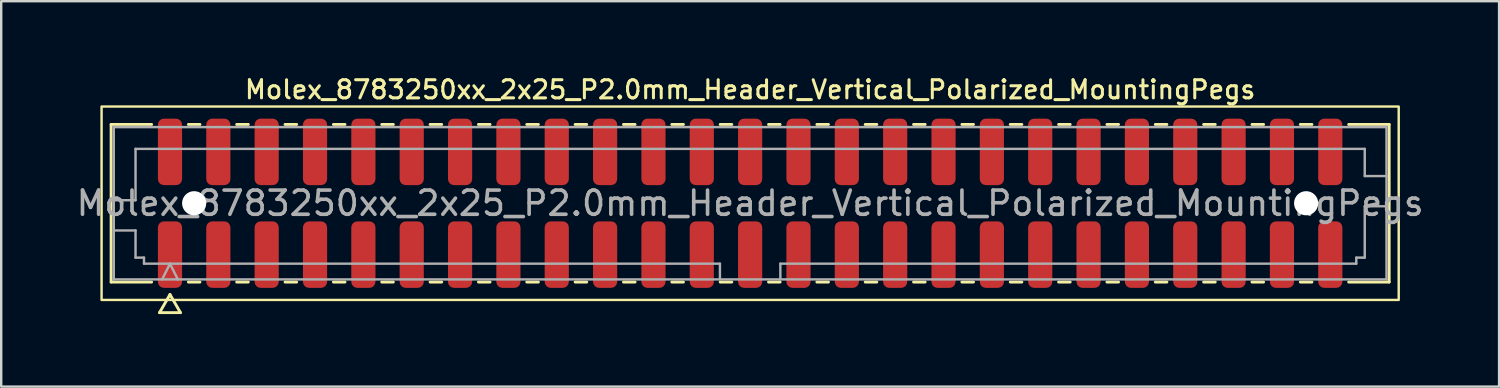
<source format=kicad_pcb>
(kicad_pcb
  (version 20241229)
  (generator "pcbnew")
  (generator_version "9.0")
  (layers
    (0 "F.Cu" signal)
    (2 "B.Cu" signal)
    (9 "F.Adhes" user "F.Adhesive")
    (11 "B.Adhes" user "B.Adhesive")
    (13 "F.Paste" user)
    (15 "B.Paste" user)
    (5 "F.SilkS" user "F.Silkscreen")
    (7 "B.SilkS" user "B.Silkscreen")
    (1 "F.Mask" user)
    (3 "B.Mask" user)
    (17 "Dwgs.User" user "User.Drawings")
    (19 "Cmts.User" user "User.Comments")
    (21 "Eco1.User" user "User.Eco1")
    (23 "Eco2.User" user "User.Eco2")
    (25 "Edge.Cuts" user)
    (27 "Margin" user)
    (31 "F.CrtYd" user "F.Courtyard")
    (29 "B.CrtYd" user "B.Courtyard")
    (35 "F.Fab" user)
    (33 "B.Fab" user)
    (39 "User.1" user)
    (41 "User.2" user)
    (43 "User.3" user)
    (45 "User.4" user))
  (footprint "Molex_8783250xx_2x25_P2.0mm_Header_Vertical_Polarized_MountingPegs"
    (layer "F.Cu")
    (at 27.982 5.358)
    (property "Reference" "Molex_8783250xx_2x25_P2.0mm_Header_Vertical_Polarized_MountingPegs" (at 0 -4.7 0) (layer "F.SilkS") (effects (font (size 0.75 0.75) (thickness 0.125))))
    (attr smd)
    (fp_line (start -26.435 -3.26) (end -24.76 -3.26) (stroke (width 0.12) (type solid)) (layer "F.SilkS"))
    (fp_line (start -26.435 3.26) (end -26.435 -3.26) (stroke (width 0.12) (type solid)) (layer "F.SilkS"))
    (fp_line (start -24.76 3.26) (end -26.435 3.26) (stroke (width 0.12) (type solid)) (layer "F.SilkS"))
    (fp_line (start -24.433 4.525) (end -24 3.775) (stroke (width 0.12) (type solid)) (layer "F.SilkS"))
    (fp_line (start -24 3.775) (end -23.567 4.525) (stroke (width 0.12) (type solid)) (layer "F.SilkS"))
    (fp_line (start -23.567 4.525) (end -24.433 4.525) (stroke (width 0.12) (type solid)) (layer "F.SilkS"))
    (fp_line (start -23.24 -3.26) (end -22.76 -3.26) (stroke (width 0.12) (type solid)) (layer "F.SilkS"))
    (fp_line (start -22.76 3.26) (end -23.24 3.26) (stroke (width 0.12) (type solid)) (layer "F.SilkS"))
    (fp_line (start -21.24 -3.26) (end -20.76 -3.26) (stroke (width 0.12) (type solid)) (layer "F.SilkS"))
    (fp_line (start -20.76 3.26) (end -21.24 3.26) (stroke (width 0.12) (type solid)) (layer "F.SilkS"))
    (fp_line (start -19.24 -3.26) (end -18.76 -3.26) (stroke (width 0.12) (type solid)) (layer "F.SilkS"))
    (fp_line (start -18.76 3.26) (end -19.24 3.26) (stroke (width 0.12) (type solid)) (layer "F.SilkS"))
    (fp_line (start -17.24 -3.26) (end -16.76 -3.26) (stroke (width 0.12) (type solid)) (layer "F.SilkS"))
    (fp_line (start -16.76 3.26) (end -17.24 3.26) (stroke (width 0.12) (type solid)) (layer "F.SilkS"))
    (fp_line (start -15.24 -3.26) (end -14.76 -3.26) (stroke (width 0.12) (type solid)) (layer "F.SilkS"))
    (fp_line (start -14.76 3.26) (end -15.24 3.26) (stroke (width 0.12) (type solid)) (layer "F.SilkS"))
    (fp_line (start -13.24 -3.26) (end -12.76 -3.26) (stroke (width 0.12) (type solid)) (layer "F.SilkS"))
    (fp_line (start -12.76 3.26) (end -13.24 3.26) (stroke (width 0.12) (type solid)) (layer "F.SilkS"))
    (fp_line (start -11.24 -3.26) (end -10.76 -3.26) (stroke (width 0.12) (type solid)) (layer "F.SilkS"))
    (fp_line (start -10.76 3.26) (end -11.24 3.26) (stroke (width 0.12) (type solid)) (layer "F.SilkS"))
    (fp_line (start -9.24 -3.26) (end -8.76 -3.26) (stroke (width 0.12) (type solid)) (layer "F.SilkS"))
    (fp_line (start -8.76 3.26) (end -9.24 3.26) (stroke (width 0.12) (type solid)) (layer "F.SilkS"))
    (fp_line (start -7.24 -3.26) (end -6.76 -3.26) (stroke (width 0.12) (type solid)) (layer "F.SilkS"))
    (fp_line (start -6.76 3.26) (end -7.24 3.26) (stroke (width 0.12) (type solid)) (layer "F.SilkS"))
    (fp_line (start -5.24 -3.26) (end -4.76 -3.26) (stroke (width 0.12) (type solid)) (layer "F.SilkS"))
    (fp_line (start -4.76 3.26) (end -5.24 3.26) (stroke (width 0.12) (type solid)) (layer "F.SilkS"))
    (fp_line (start -3.24 -3.26) (end -2.76 -3.26) (stroke (width 0.12) (type solid)) (layer "F.SilkS"))
    (fp_line (start -2.76 3.26) (end -3.24 3.26) (stroke (width 0.12) (type solid)) (layer "F.SilkS"))
    (fp_line (start -1.24 -3.26) (end -0.76 -3.26) (stroke (width 0.12) (type solid)) (layer "F.SilkS"))
    (fp_line (start -0.76 3.26) (end -1.24 3.26) (stroke (width 0.12) (type solid)) (layer "F.SilkS"))
    (fp_line (start 0.76 -3.26) (end 1.24 -3.26) (stroke (width 0.12) (type solid)) (layer "F.SilkS"))
    (fp_line (start 1.24 3.26) (end 0.76 3.26) (stroke (width 0.12) (type solid)) (layer "F.SilkS"))
    (fp_line (start 2.76 -3.26) (end 3.24 -3.26) (stroke (width 0.12) (type solid)) (layer "F.SilkS"))
    (fp_line (start 3.24 3.26) (end 2.76 3.26) (stroke (width 0.12) (type solid)) (layer "F.SilkS"))
    (fp_line (start 4.76 -3.26) (end 5.24 -3.26) (stroke (width 0.12) (type solid)) (layer "F.SilkS"))
    (fp_line (start 5.24 3.26) (end 4.76 3.26) (stroke (width 0.12) (type solid)) (layer "F.SilkS"))
    (fp_line (start 6.76 -3.26) (end 7.24 -3.26) (stroke (width 0.12) (type solid)) (layer "F.SilkS"))
    (fp_line (start 7.24 3.26) (end 6.76 3.26) (stroke (width 0.12) (type solid)) (layer "F.SilkS"))
    (fp_line (start 8.76 -3.26) (end 9.24 -3.26) (stroke (width 0.12) (type solid)) (layer "F.SilkS"))
    (fp_line (start 9.24 3.26) (end 8.76 3.26) (stroke (width 0.12) (type solid)) (layer "F.SilkS"))
    (fp_line (start 10.76 -3.26) (end 11.24 -3.26) (stroke (width 0.12) (type solid)) (layer "F.SilkS"))
    (fp_line (start 11.24 3.26) (end 10.76 3.26) (stroke (width 0.12) (type solid)) (layer "F.SilkS"))
    (fp_line (start 12.76 -3.26) (end 13.24 -3.26) (stroke (width 0.12) (type solid)) (layer "F.SilkS"))
    (fp_line (start 13.24 3.26) (end 12.76 3.26) (stroke (width 0.12) (type solid)) (layer "F.SilkS"))
    (fp_line (start 14.76 -3.26) (end 15.24 -3.26) (stroke (width 0.12) (type solid)) (layer "F.SilkS"))
    (fp_line (start 15.24 3.26) (end 14.76 3.26) (stroke (width 0.12) (type solid)) (layer "F.SilkS"))
    (fp_line (start 16.76 -3.26) (end 17.24 -3.26) (stroke (width 0.12) (type solid)) (layer "F.SilkS"))
    (fp_line (start 17.24 3.26) (end 16.76 3.26) (stroke (width 0.12) (type solid)) (layer "F.SilkS"))
    (fp_line (start 18.76 -3.26) (end 19.24 -3.26) (stroke (width 0.12) (type solid)) (layer "F.SilkS"))
    (fp_line (start 19.24 3.26) (end 18.76 3.26) (stroke (width 0.12) (type solid)) (layer "F.SilkS"))
    (fp_line (start 20.76 -3.26) (end 21.24 -3.26) (stroke (width 0.12) (type solid)) (layer "F.SilkS"))
    (fp_line (start 21.24 3.26) (end 20.76 3.26) (stroke (width 0.12) (type solid)) (layer "F.SilkS"))
    (fp_line (start 22.76 -3.26) (end 23.24 -3.26) (stroke (width 0.12) (type solid)) (layer "F.SilkS"))
    (fp_line (start 23.24 3.26) (end 22.76 3.26) (stroke (width 0.12) (type solid)) (layer "F.SilkS"))
    (fp_line (start 24.76 -3.26) (end 26.435 -3.26) (stroke (width 0.12) (type solid)) (layer "F.SilkS"))
    (fp_line (start 26.435 -3.26) (end 26.435 3.26) (stroke (width 0.12) (type solid)) (layer "F.SilkS"))
    (fp_line (start 26.435 3.26) (end 24.76 3.26) (stroke (width 0.12) (type solid)) (layer "F.SilkS"))
    (fp_rect (start -26.83 -4) (end 26.83 4) (stroke (width 0.1) (type solid)) (fill no) (layer "F.SilkS"))
    (fp_line (start -26.325 -3.15) (end 26.325 -3.15) (stroke (width 0.1) (type solid)) (layer "F.Fab"))
    (fp_line (start -26.325 -0.125) (end -25.425 -0.125) (stroke (width 0.1) (type solid)) (layer "F.Fab"))
    (fp_line (start -26.325 1.125) (end -25.425 1.125) (stroke (width 0.1) (type solid)) (layer "F.Fab"))
    (fp_line (start -26.325 3.15) (end -26.325 -3.15) (stroke (width 0.1) (type solid)) (layer "F.Fab"))
    (fp_line (start -25.425 -2.25) (end 25.425 -2.25) (stroke (width 0.1) (type solid)) (layer "F.Fab"))
    (fp_line (start -25.425 -0.125) (end -25.425 -2.25) (stroke (width 0.1) (type solid)) (layer "F.Fab"))
    (fp_line (start -25.425 1.125) (end -25.425 2.25) (stroke (width 0.1) (type solid)) (layer "F.Fab"))
    (fp_line (start -25.425 2.25) (end -25.075 2.25) (stroke (width 0.1) (type solid)) (layer "F.Fab"))
    (fp_line (start -25.075 2.25) (end -25.075 2.5) (stroke (width 0.1) (type solid)) (layer "F.Fab"))
    (fp_line (start -25.075 2.5) (end -1.25 2.5) (stroke (width 0.1) (type solid)) (layer "F.Fab"))
    (fp_line (start -24.325 3.15) (end -24 2.5) (stroke (width 0.1) (type solid)) (layer "F.Fab"))
    (fp_line (start -24 2.5) (end -23.675 3.15) (stroke (width 0.1) (type solid)) (layer "F.Fab"))
    (fp_line (start -1.25 2.5) (end -1.25 3.15) (stroke (width 0.1) (type solid)) (layer "F.Fab"))
    (fp_line (start 1.25 2.5) (end 1.25 3.15) (stroke (width 0.1) (type solid)) (layer "F.Fab"))
    (fp_line (start 1.25 2.5) (end 25.075 2.5) (stroke (width 0.1) (type solid)) (layer "F.Fab"))
    (fp_line (start 25.075 2.25) (end 25.425 2.25) (stroke (width 0.1) (type solid)) (layer "F.Fab"))
    (fp_line (start 25.075 2.5) (end 25.075 2.25) (stroke (width 0.1) (type solid)) (layer "F.Fab"))
    (fp_line (start 25.425 -2.25) (end 25.425 -1.125) (stroke (width 0.1) (type solid)) (layer "F.Fab"))
    (fp_line (start 25.425 -1.125) (end 26.325 -1.125) (stroke (width 0.1) (type solid)) (layer "F.Fab"))
    (fp_line (start 25.425 0.125) (end 26.325 0.125) (stroke (width 0.1) (type solid)) (layer "F.Fab"))
    (fp_line (start 25.425 2.25) (end 25.425 0.125) (stroke (width 0.1) (type solid)) (layer "F.Fab"))
    (fp_line (start 26.325 -3.15) (end 26.325 3.15) (stroke (width 0.1) (type solid)) (layer "F.Fab"))
    (fp_line (start 26.325 3.15) (end -26.325 3.15) (stroke (width 0.1) (type solid)) (layer "F.Fab"))
    (fp_text user "${REFERENCE}" (at 0 0 0) (layer "F.Fab") (effects (font (size 1 1) (thickness 0.15))))
    (pad "" np_thru_hole circle (at -23 0) (size 1 1) (drill 1) (layers "*.Cu" "*.Mask"))
    (pad "" np_thru_hole circle (at 23 0) (size 1 1) (drill 1) (layers "*.Cu" "*.Mask"))
    (pad "1" smd roundrect (at -24 2.125) (size 1 2.75) (layers "F.Cu" "F.Mask" "F.Paste") (roundrect_rratio 0.25))
    (pad "2" smd roundrect (at -24 -2.125) (size 1 2.75) (layers "F.Cu" "F.Mask" "F.Paste") (roundrect_rratio 0.25))
    (pad "3" smd roundrect (at -22 2.125) (size 1 2.75) (layers "F.Cu" "F.Mask" "F.Paste") (roundrect_rratio 0.25))
    (pad "4" smd roundrect (at -22 -2.125) (size 1 2.75) (layers "F.Cu" "F.Mask" "F.Paste") (roundrect_rratio 0.25))
    (pad "5" smd roundrect (at -20 2.125) (size 1 2.75) (layers "F.Cu" "F.Mask" "F.Paste") (roundrect_rratio 0.25))
    (pad "6" smd roundrect (at -20 -2.125) (size 1 2.75) (layers "F.Cu" "F.Mask" "F.Paste") (roundrect_rratio 0.25))
    (pad "7" smd roundrect (at -18 2.125) (size 1 2.75) (layers "F.Cu" "F.Mask" "F.Paste") (roundrect_rratio 0.25))
    (pad "8" smd roundrect (at -18 -2.125) (size 1 2.75) (layers "F.Cu" "F.Mask" "F.Paste") (roundrect_rratio 0.25))
    (pad "9" smd roundrect (at -16 2.125) (size 1 2.75) (layers "F.Cu" "F.Mask" "F.Paste") (roundrect_rratio 0.25))
    (pad "10" smd roundrect (at -16 -2.125) (size 1 2.75) (layers "F.Cu" "F.Mask" "F.Paste") (roundrect_rratio 0.25))
    (pad "11" smd roundrect (at -14 2.125) (size 1 2.75) (layers "F.Cu" "F.Mask" "F.Paste") (roundrect_rratio 0.25))
    (pad "12" smd roundrect (at -14 -2.125) (size 1 2.75) (layers "F.Cu" "F.Mask" "F.Paste") (roundrect_rratio 0.25))
    (pad "13" smd roundrect (at -12 2.125) (size 1 2.75) (layers "F.Cu" "F.Mask" "F.Paste") (roundrect_rratio 0.25))
    (pad "14" smd roundrect (at -12 -2.125) (size 1 2.75) (layers "F.Cu" "F.Mask" "F.Paste") (roundrect_rratio 0.25))
    (pad "15" smd roundrect (at -10 2.125) (size 1 2.75) (layers "F.Cu" "F.Mask" "F.Paste") (roundrect_rratio 0.25))
    (pad "16" smd roundrect (at -10 -2.125) (size 1 2.75) (layers "F.Cu" "F.Mask" "F.Paste") (roundrect_rratio 0.25))
    (pad "17" smd roundrect (at -8 2.125) (size 1 2.75) (layers "F.Cu" "F.Mask" "F.Paste") (roundrect_rratio 0.25))
    (pad "18" smd roundrect (at -8 -2.125) (size 1 2.75) (layers "F.Cu" "F.Mask" "F.Paste") (roundrect_rratio 0.25))
    (pad "19" smd roundrect (at -6 2.125) (size 1 2.75) (layers "F.Cu" "F.Mask" "F.Paste") (roundrect_rratio 0.25))
    (pad "20" smd roundrect (at -6 -2.125) (size 1 2.75) (layers "F.Cu" "F.Mask" "F.Paste") (roundrect_rratio 0.25))
    (pad "21" smd roundrect (at -4 2.125) (size 1 2.75) (layers "F.Cu" "F.Mask" "F.Paste") (roundrect_rratio 0.25))
    (pad "22" smd roundrect (at -4 -2.125) (size 1 2.75) (layers "F.Cu" "F.Mask" "F.Paste") (roundrect_rratio 0.25))
    (pad "23" smd roundrect (at -2 2.125) (size 1 2.75) (layers "F.Cu" "F.Mask" "F.Paste") (roundrect_rratio 0.25))
    (pad "24" smd roundrect (at -2 -2.125) (size 1 2.75) (layers "F.Cu" "F.Mask" "F.Paste") (roundrect_rratio 0.25))
    (pad "25" smd roundrect (at 0 2.125) (size 1 2.75) (layers "F.Cu" "F.Mask" "F.Paste") (roundrect_rratio 0.25))
    (pad "26" smd roundrect (at 0 -2.125) (size 1 2.75) (layers "F.Cu" "F.Mask" "F.Paste") (roundrect_rratio 0.25))
    (pad "27" smd roundrect (at 2 2.125) (size 1 2.75) (layers "F.Cu" "F.Mask" "F.Paste") (roundrect_rratio 0.25))
    (pad "28" smd roundrect (at 2 -2.125) (size 1 2.75) (layers "F.Cu" "F.Mask" "F.Paste") (roundrect_rratio 0.25))
    (pad "29" smd roundrect (at 4 2.125) (size 1 2.75) (layers "F.Cu" "F.Mask" "F.Paste") (roundrect_rratio 0.25))
    (pad "30" smd roundrect (at 4 -2.125) (size 1 2.75) (layers "F.Cu" "F.Mask" "F.Paste") (roundrect_rratio 0.25))
    (pad "31" smd roundrect (at 6 2.125) (size 1 2.75) (layers "F.Cu" "F.Mask" "F.Paste") (roundrect_rratio 0.25))
    (pad "32" smd roundrect (at 6 -2.125) (size 1 2.75) (layers "F.Cu" "F.Mask" "F.Paste") (roundrect_rratio 0.25))
    (pad "33" smd roundrect (at 8 2.125) (size 1 2.75) (layers "F.Cu" "F.Mask" "F.Paste") (roundrect_rratio 0.25))
    (pad "34" smd roundrect (at 8 -2.125) (size 1 2.75) (layers "F.Cu" "F.Mask" "F.Paste") (roundrect_rratio 0.25))
    (pad "35" smd roundrect (at 10 2.125) (size 1 2.75) (layers "F.Cu" "F.Mask" "F.Paste") (roundrect_rratio 0.25))
    (pad "36" smd roundrect (at 10 -2.125) (size 1 2.75) (layers "F.Cu" "F.Mask" "F.Paste") (roundrect_rratio 0.25))
    (pad "37" smd roundrect (at 12 2.125) (size 1 2.75) (layers "F.Cu" "F.Mask" "F.Paste") (roundrect_rratio 0.25))
    (pad "38" smd roundrect (at 12 -2.125) (size 1 2.75) (layers "F.Cu" "F.Mask" "F.Paste") (roundrect_rratio 0.25))
    (pad "39" smd roundrect (at 14 2.125) (size 1 2.75) (layers "F.Cu" "F.Mask" "F.Paste") (roundrect_rratio 0.25))
    (pad "40" smd roundrect (at 14 -2.125) (size 1 2.75) (layers "F.Cu" "F.Mask" "F.Paste") (roundrect_rratio 0.25))
    (pad "41" smd roundrect (at 16 2.125) (size 1 2.75) (layers "F.Cu" "F.Mask" "F.Paste") (roundrect_rratio 0.25))
    (pad "42" smd roundrect (at 16 -2.125) (size 1 2.75) (layers "F.Cu" "F.Mask" "F.Paste") (roundrect_rratio 0.25))
    (pad "43" smd roundrect (at 18 2.125) (size 1 2.75) (layers "F.Cu" "F.Mask" "F.Paste") (roundrect_rratio 0.25))
    (pad "44" smd roundrect (at 18 -2.125) (size 1 2.75) (layers "F.Cu" "F.Mask" "F.Paste") (roundrect_rratio 0.25))
    (pad "45" smd roundrect (at 20 2.125) (size 1 2.75) (layers "F.Cu" "F.Mask" "F.Paste") (roundrect_rratio 0.25))
    (pad "46" smd roundrect (at 20 -2.125) (size 1 2.75) (layers "F.Cu" "F.Mask" "F.Paste") (roundrect_rratio 0.25))
    (pad "47" smd roundrect (at 22 2.125) (size 1 2.75) (layers "F.Cu" "F.Mask" "F.Paste") (roundrect_rratio 0.25))
    (pad "48" smd roundrect (at 22 -2.125) (size 1 2.75) (layers "F.Cu" "F.Mask" "F.Paste") (roundrect_rratio 0.25))
    (pad "49" smd roundrect (at 24 2.125) (size 1 2.75) (layers "F.Cu" "F.Mask" "F.Paste") (roundrect_rratio 0.25))
    (pad "50" smd roundrect (at 24 -2.125) (size 1 2.75) (layers "F.Cu" "F.Mask" "F.Paste") (roundrect_rratio 0.25)))
  (gr_rect
    (start -3 -3)
    (end 58.964 12.943)
    (stroke (width 0.1) (type default))
    (fill no)
    (layer "Edge.Cuts")))
</source>
